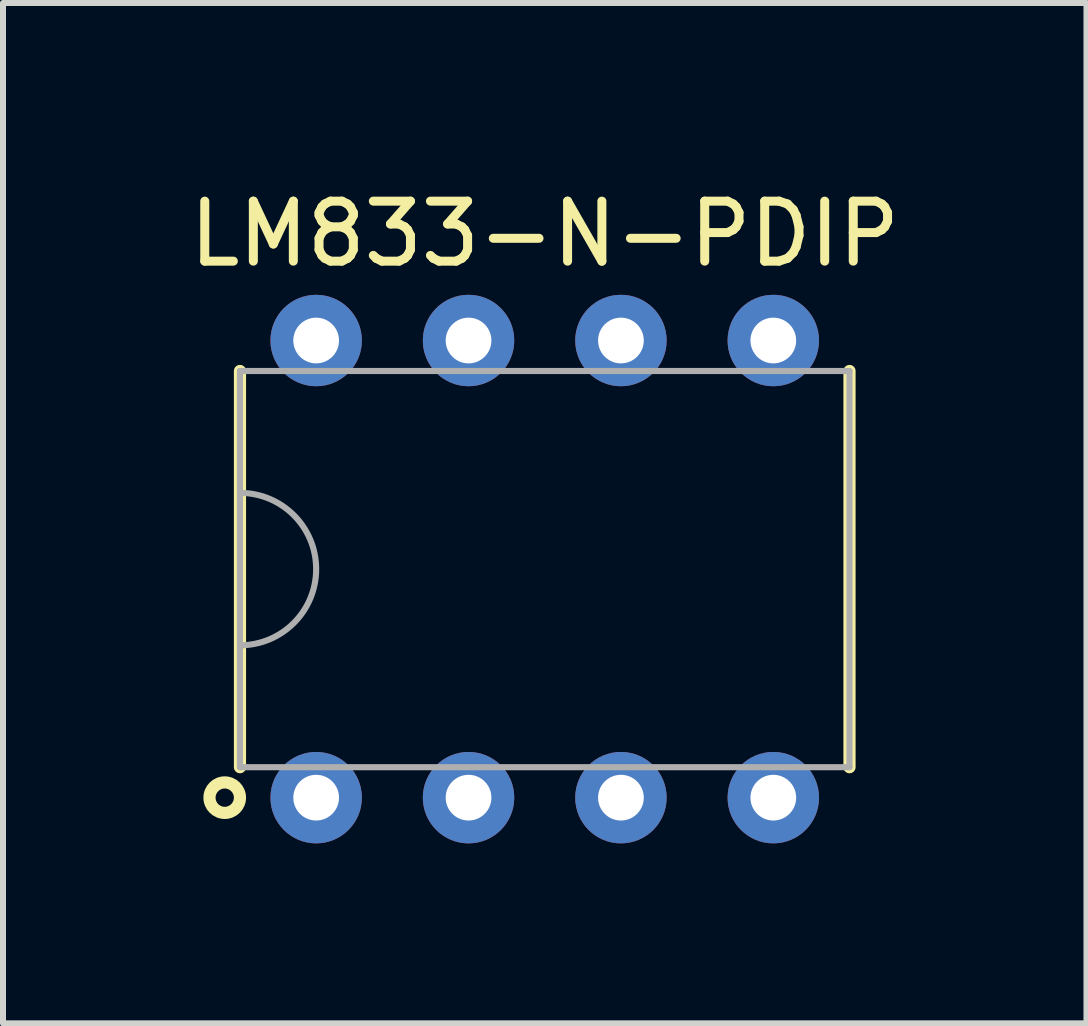
<source format=kicad_pcb>
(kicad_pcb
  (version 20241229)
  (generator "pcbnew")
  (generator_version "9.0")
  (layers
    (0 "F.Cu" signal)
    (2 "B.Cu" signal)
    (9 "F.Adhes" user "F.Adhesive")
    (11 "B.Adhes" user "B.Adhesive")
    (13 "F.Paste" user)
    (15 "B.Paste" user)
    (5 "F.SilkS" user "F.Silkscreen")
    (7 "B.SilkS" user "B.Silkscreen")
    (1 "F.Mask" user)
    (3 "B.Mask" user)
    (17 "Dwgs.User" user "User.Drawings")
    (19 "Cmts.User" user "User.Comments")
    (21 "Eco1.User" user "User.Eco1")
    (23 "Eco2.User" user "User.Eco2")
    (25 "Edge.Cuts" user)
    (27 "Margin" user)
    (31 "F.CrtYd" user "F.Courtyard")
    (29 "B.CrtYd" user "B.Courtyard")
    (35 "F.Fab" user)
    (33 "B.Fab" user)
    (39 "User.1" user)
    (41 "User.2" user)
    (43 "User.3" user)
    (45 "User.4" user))
  (footprint "LM833-N-PDIP"
    (layer "F.Cu")
    (at 6.03 6.436)
    (property "Reference" "LM833-N-PDIP" (at 0 -5.588 0) (layer "F.SilkS") (effects (font (size 1 1) (thickness 0.15))))
    (attr through_hole)
    (fp_line (start -5.08 3.302) (end -5.08 -3.302) (stroke (width 0.203) (type solid)) (layer "F.SilkS"))
    (fp_line (start 5.08 3.302) (end 5.08 -3.302) (stroke (width 0.203) (type solid)) (layer "F.SilkS"))
    (fp_circle (center -5.334 3.81) (end -5.08 3.81) (stroke (width 0.203) (type solid)) (fill no) (layer "F.SilkS"))
    (fp_line (start -5.08 3.302) (end -5.08 -3.302) (stroke (width 0.102) (type solid)) (layer "F.Fab"))
    (fp_line (start 5.08 -3.302) (end -5.08 -3.302) (stroke (width 0.102) (type solid)) (layer "F.Fab"))
    (fp_line (start 5.08 3.302) (end -5.08 3.302) (stroke (width 0.102) (type solid)) (layer "F.Fab"))
    (fp_line (start 5.08 3.302) (end 5.08 -3.302) (stroke (width 0.102) (type solid)) (layer "F.Fab"))
    (fp_arc (start -5.08 -1.27) (mid -3.81 0) (end -5.08 1.27) (stroke (width 0.1016) (type solid)) (layer "F.Fab"))
    (pad "1" thru_hole circle (at -3.81 3.81) (size 1.524 1.524) (drill 0.762) (layers "*.Cu" "*.Mask"))
    (pad "2" thru_hole circle (at -1.27 3.81) (size 1.524 1.524) (drill 0.762) (layers "*.Cu" "*.Mask"))
    (pad "3" thru_hole circle (at 1.27 3.81) (size 1.524 1.524) (drill 0.762) (layers "*.Cu" "*.Mask"))
    (pad "4" thru_hole circle (at 3.81 3.81) (size 1.524 1.524) (drill 0.762) (layers "*.Cu" "*.Mask"))
    (pad "5" thru_hole circle (at 3.81 -3.81) (size 1.524 1.524) (drill 0.762) (layers "*.Cu" "*.Mask"))
    (pad "6" thru_hole circle (at 1.27 -3.81) (size 1.524 1.524) (drill 0.762) (layers "*.Cu" "*.Mask"))
    (pad "7" thru_hole circle (at -1.27 -3.81) (size 1.524 1.524) (drill 0.762) (layers "*.Cu" "*.Mask"))
    (pad "8" thru_hole circle (at -3.81 -3.81) (size 1.524 1.524) (drill 0.762) (layers "*.Cu" "*.Mask")))
  (gr_rect
    (start -3 -3)
    (end 15.06 14.008)
    (stroke (width 0.1) (type default))
    (fill no)
    (layer "Edge.Cuts")))
</source>
